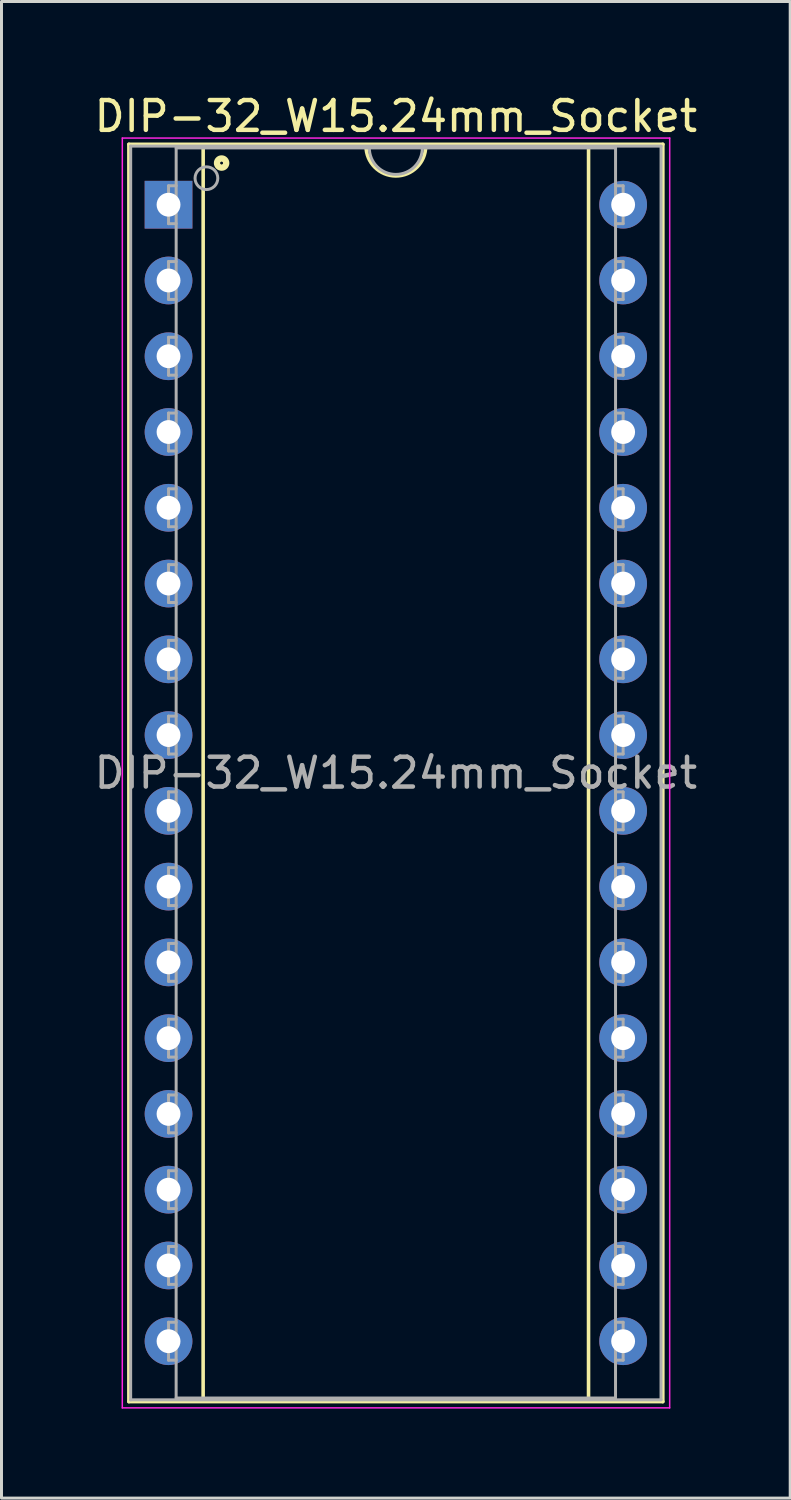
<source format=kicad_pcb>
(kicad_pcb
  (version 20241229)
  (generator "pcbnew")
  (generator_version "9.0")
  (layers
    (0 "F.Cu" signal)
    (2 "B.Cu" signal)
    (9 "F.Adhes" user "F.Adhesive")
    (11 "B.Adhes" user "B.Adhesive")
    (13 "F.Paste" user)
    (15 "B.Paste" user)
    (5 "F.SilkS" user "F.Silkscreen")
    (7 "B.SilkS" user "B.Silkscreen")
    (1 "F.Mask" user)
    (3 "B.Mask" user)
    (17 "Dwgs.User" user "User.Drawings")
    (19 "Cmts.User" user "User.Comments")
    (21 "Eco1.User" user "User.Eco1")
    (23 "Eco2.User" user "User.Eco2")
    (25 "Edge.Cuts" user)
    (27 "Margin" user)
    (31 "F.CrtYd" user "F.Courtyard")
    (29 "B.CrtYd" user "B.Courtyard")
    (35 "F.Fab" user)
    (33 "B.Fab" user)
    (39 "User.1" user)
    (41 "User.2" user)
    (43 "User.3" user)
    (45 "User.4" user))
  (footprint "DIP-32_W15.24mm_Socket"
    (layer "F.Cu")
    (at 2.6 3.813)
    (property "Reference" "DIP-32_W15.24mm_Socket" (at 7.621 -2.965 0) (layer "F.SilkS") (effects (font (size 1 1) (thickness 0.15))))
    (attr through_hole)
    (fp_line (start -1.33 40.125) (end 16.57 40.125) (stroke (width 0.12) (type solid)) (layer "F.SilkS"))
    (fp_line (start -1.329 -2.025) (end -1.33 40.125) (stroke (width 0.12) (type solid)) (layer "F.SilkS"))
    (fp_line (start 1.16 40.065) (end 14.08 40.065) (stroke (width 0.12) (type solid)) (layer "F.SilkS"))
    (fp_line (start 1.161 -1.965) (end 1.16 40.065) (stroke (width 0.12) (type solid)) (layer "F.SilkS"))
    (fp_line (start 6.621 -1.965) (end 1.161 -1.965) (stroke (width 0.12) (type solid)) (layer "F.SilkS"))
    (fp_line (start 14.08 40.065) (end 14.081 -1.965) (stroke (width 0.12) (type solid)) (layer "F.SilkS"))
    (fp_line (start 14.081 -1.965) (end 8.621 -1.965) (stroke (width 0.12) (type solid)) (layer "F.SilkS"))
    (fp_line (start 16.57 40.125) (end 16.571 -2.025) (stroke (width 0.12) (type solid)) (layer "F.SilkS"))
    (fp_line (start 16.571 -2.025) (end -1.329 -2.025) (stroke (width 0.12) (type solid)) (layer "F.SilkS"))
    (fp_arc (start 8.621 -1.965) (mid 7.621 -0.965) (end 6.621 -1.965) (stroke (width 0.12) (type solid)) (layer "F.SilkS"))
    (fp_circle (center 1.779 -1.397) (end 1.829 -1.397) (stroke (width 0.12) (type solid)) (fill no) (layer "F.SilkS"))
    (fp_circle (center 1.779 -1.397) (end 1.904 -1.397) (stroke (width 0.12) (type solid)) (fill no) (layer "F.SilkS"))
    (fp_circle (center 1.779 -1.397) (end 1.979 -1.397) (stroke (width 0.12) (type solid)) (fill no) (layer "F.SilkS"))
    (fp_line (start -1.55 40.335) (end 16.8 40.335) (stroke (width 0.05) (type solid)) (layer "F.CrtYd"))
    (fp_line (start -1.549 -2.235) (end -1.55 40.335) (stroke (width 0.05) (type solid)) (layer "F.CrtYd"))
    (fp_line (start 16.8 40.335) (end 16.801 -2.235) (stroke (width 0.05) (type solid)) (layer "F.CrtYd"))
    (fp_line (start 16.801 -2.235) (end -1.549 -2.235) (stroke (width 0.05) (type solid)) (layer "F.CrtYd"))
    (fp_line (start -1.27 40.065) (end 16.51 40.065) (stroke (width 0.1) (type solid)) (layer "F.Fab"))
    (fp_line (start -1.269 -1.965) (end -1.27 40.065) (stroke (width 0.1) (type solid)) (layer "F.Fab"))
    (fp_line (start 0 -0.635) (end 0 0.635) (stroke (width 0.1) (type solid)) (layer "F.Fab"))
    (fp_line (start 0 -0.635) (end 0.254 -0.635) (stroke (width 0.1) (type solid)) (layer "F.Fab"))
    (fp_line (start 0 0.635) (end 0.254 0.635) (stroke (width 0.1) (type solid)) (layer "F.Fab"))
    (fp_line (start 0 1.905) (end 0 3.175) (stroke (width 0.1) (type solid)) (layer "F.Fab"))
    (fp_line (start 0 1.905) (end 0.254 1.905) (stroke (width 0.1) (type solid)) (layer "F.Fab"))
    (fp_line (start 0 3.175) (end 0.254 3.175) (stroke (width 0.1) (type solid)) (layer "F.Fab"))
    (fp_line (start 0 4.445) (end 0 5.715) (stroke (width 0.1) (type solid)) (layer "F.Fab"))
    (fp_line (start 0 4.445) (end 0.254 4.445) (stroke (width 0.1) (type solid)) (layer "F.Fab"))
    (fp_line (start 0 5.715) (end 0.254 5.715) (stroke (width 0.1) (type solid)) (layer "F.Fab"))
    (fp_line (start 0 6.985) (end 0 8.255) (stroke (width 0.1) (type solid)) (layer "F.Fab"))
    (fp_line (start 0 6.985) (end 0.254 6.985) (stroke (width 0.1) (type solid)) (layer "F.Fab"))
    (fp_line (start 0 8.255) (end 0.254 8.255) (stroke (width 0.1) (type solid)) (layer "F.Fab"))
    (fp_line (start 0 9.525) (end 0 10.795) (stroke (width 0.1) (type solid)) (layer "F.Fab"))
    (fp_line (start 0 9.525) (end 0.254 9.525) (stroke (width 0.1) (type solid)) (layer "F.Fab"))
    (fp_line (start 0 10.795) (end 0.254 10.795) (stroke (width 0.1) (type solid)) (layer "F.Fab"))
    (fp_line (start 0 12.065) (end 0 13.335) (stroke (width 0.1) (type solid)) (layer "F.Fab"))
    (fp_line (start 0 12.065) (end 0.254 12.065) (stroke (width 0.1) (type solid)) (layer "F.Fab"))
    (fp_line (start 0 13.335) (end 0.254 13.335) (stroke (width 0.1) (type solid)) (layer "F.Fab"))
    (fp_line (start 0 14.605) (end 0 15.875) (stroke (width 0.1) (type solid)) (layer "F.Fab"))
    (fp_line (start 0 14.605) (end 0.254 14.605) (stroke (width 0.1) (type solid)) (layer "F.Fab"))
    (fp_line (start 0 15.875) (end 0.254 15.875) (stroke (width 0.1) (type solid)) (layer "F.Fab"))
    (fp_line (start 0 17.145) (end 0 18.415) (stroke (width 0.1) (type solid)) (layer "F.Fab"))
    (fp_line (start 0 17.145) (end 0.254 17.145) (stroke (width 0.1) (type solid)) (layer "F.Fab"))
    (fp_line (start 0 18.415) (end 0.254 18.415) (stroke (width 0.1) (type solid)) (layer "F.Fab"))
    (fp_line (start 0 19.685) (end 0 20.955) (stroke (width 0.1) (type solid)) (layer "F.Fab"))
    (fp_line (start 0 19.685) (end 0.254 19.685) (stroke (width 0.1) (type solid)) (layer "F.Fab"))
    (fp_line (start 0 20.955) (end 0.254 20.955) (stroke (width 0.1) (type solid)) (layer "F.Fab"))
    (fp_line (start 0 22.225) (end 0 23.495) (stroke (width 0.1) (type solid)) (layer "F.Fab"))
    (fp_line (start 0 22.225) (end 0.254 22.225) (stroke (width 0.1) (type solid)) (layer "F.Fab"))
    (fp_line (start 0 23.495) (end 0.254 23.495) (stroke (width 0.1) (type solid)) (layer "F.Fab"))
    (fp_line (start 0 24.765) (end 0 26.035) (stroke (width 0.1) (type solid)) (layer "F.Fab"))
    (fp_line (start 0 24.765) (end 0.254 24.765) (stroke (width 0.1) (type solid)) (layer "F.Fab"))
    (fp_line (start 0 26.035) (end 0.254 26.035) (stroke (width 0.1) (type solid)) (layer "F.Fab"))
    (fp_line (start 0 27.305) (end 0 28.575) (stroke (width 0.1) (type solid)) (layer "F.Fab"))
    (fp_line (start 0 27.305) (end 0.254 27.305) (stroke (width 0.1) (type solid)) (layer "F.Fab"))
    (fp_line (start 0 28.575) (end 0.254 28.575) (stroke (width 0.1) (type solid)) (layer "F.Fab"))
    (fp_line (start 0 29.845) (end 0 31.115) (stroke (width 0.1) (type solid)) (layer "F.Fab"))
    (fp_line (start 0 29.845) (end 0.254 29.845) (stroke (width 0.1) (type solid)) (layer "F.Fab"))
    (fp_line (start 0 31.115) (end 0.254 31.115) (stroke (width 0.1) (type solid)) (layer "F.Fab"))
    (fp_line (start 0 32.385) (end 0 33.655) (stroke (width 0.1) (type solid)) (layer "F.Fab"))
    (fp_line (start 0 32.385) (end 0.254 32.385) (stroke (width 0.1) (type solid)) (layer "F.Fab"))
    (fp_line (start 0 33.655) (end 0.254 33.655) (stroke (width 0.1) (type solid)) (layer "F.Fab"))
    (fp_line (start 0 34.925) (end 0 36.195) (stroke (width 0.1) (type solid)) (layer "F.Fab"))
    (fp_line (start 0 34.925) (end 0.254 34.925) (stroke (width 0.1) (type solid)) (layer "F.Fab"))
    (fp_line (start 0 36.195) (end 0.254 36.195) (stroke (width 0.1) (type solid)) (layer "F.Fab"))
    (fp_line (start 0 37.465) (end 0 38.735) (stroke (width 0.1) (type solid)) (layer "F.Fab"))
    (fp_line (start 0 37.465) (end 0.254 37.465) (stroke (width 0.1) (type solid)) (layer "F.Fab"))
    (fp_line (start 0 38.735) (end 0.254 38.735) (stroke (width 0.1) (type solid)) (layer "F.Fab"))
    (fp_line (start 0.255 40.005) (end 0.256 -1.905) (stroke (width 0.1) (type solid)) (layer "F.Fab"))
    (fp_line (start 0.256 -1.905) (end 14.986 -1.905) (stroke (width 0.1) (type solid)) (layer "F.Fab"))
    (fp_line (start 14.985 40.005) (end 0.255 40.005) (stroke (width 0.1) (type solid)) (layer "F.Fab"))
    (fp_line (start 14.986 -1.905) (end 14.985 40.005) (stroke (width 0.1) (type solid)) (layer "F.Fab"))
    (fp_line (start 15.24 -0.635) (end 14.986 -0.635) (stroke (width 0.1) (type solid)) (layer "F.Fab"))
    (fp_line (start 15.24 0.635) (end 14.986 0.635) (stroke (width 0.1) (type solid)) (layer "F.Fab"))
    (fp_line (start 15.24 0.635) (end 15.24 -0.635) (stroke (width 0.1) (type solid)) (layer "F.Fab"))
    (fp_line (start 15.24 1.905) (end 14.986 1.905) (stroke (width 0.1) (type solid)) (layer "F.Fab"))
    (fp_line (start 15.24 3.175) (end 14.986 3.175) (stroke (width 0.1) (type solid)) (layer "F.Fab"))
    (fp_line (start 15.24 3.175) (end 15.24 1.905) (stroke (width 0.1) (type solid)) (layer "F.Fab"))
    (fp_line (start 15.24 4.445) (end 14.986 4.445) (stroke (width 0.1) (type solid)) (layer "F.Fab"))
    (fp_line (start 15.24 5.715) (end 14.986 5.715) (stroke (width 0.1) (type solid)) (layer "F.Fab"))
    (fp_line (start 15.24 5.715) (end 15.24 4.445) (stroke (width 0.1) (type solid)) (layer "F.Fab"))
    (fp_line (start 15.24 6.985) (end 14.986 6.985) (stroke (width 0.1) (type solid)) (layer "F.Fab"))
    (fp_line (start 15.24 8.255) (end 14.986 8.255) (stroke (width 0.1) (type solid)) (layer "F.Fab"))
    (fp_line (start 15.24 8.255) (end 15.24 6.985) (stroke (width 0.1) (type solid)) (layer "F.Fab"))
    (fp_line (start 15.24 9.525) (end 14.986 9.525) (stroke (width 0.1) (type solid)) (layer "F.Fab"))
    (fp_line (start 15.24 10.795) (end 14.986 10.795) (stroke (width 0.1) (type solid)) (layer "F.Fab"))
    (fp_line (start 15.24 10.795) (end 15.24 9.525) (stroke (width 0.1) (type solid)) (layer "F.Fab"))
    (fp_line (start 15.24 12.065) (end 14.986 12.065) (stroke (width 0.1) (type solid)) (layer "F.Fab"))
    (fp_line (start 15.24 13.335) (end 14.986 13.335) (stroke (width 0.1) (type solid)) (layer "F.Fab"))
    (fp_line (start 15.24 13.335) (end 15.24 12.065) (stroke (width 0.1) (type solid)) (layer "F.Fab"))
    (fp_line (start 15.24 14.605) (end 14.986 14.605) (stroke (width 0.1) (type solid)) (layer "F.Fab"))
    (fp_line (start 15.24 15.875) (end 14.986 15.875) (stroke (width 0.1) (type solid)) (layer "F.Fab"))
    (fp_line (start 15.24 15.875) (end 15.24 14.605) (stroke (width 0.1) (type solid)) (layer "F.Fab"))
    (fp_line (start 15.24 17.145) (end 14.986 17.145) (stroke (width 0.1) (type solid)) (layer "F.Fab"))
    (fp_line (start 15.24 18.415) (end 14.986 18.415) (stroke (width 0.1) (type solid)) (layer "F.Fab"))
    (fp_line (start 15.24 18.415) (end 15.24 17.145) (stroke (width 0.1) (type solid)) (layer "F.Fab"))
    (fp_line (start 15.24 19.685) (end 14.986 19.685) (stroke (width 0.1) (type solid)) (layer "F.Fab"))
    (fp_line (start 15.24 20.955) (end 14.986 20.955) (stroke (width 0.1) (type solid)) (layer "F.Fab"))
    (fp_line (start 15.24 20.955) (end 15.24 19.685) (stroke (width 0.1) (type solid)) (layer "F.Fab"))
    (fp_line (start 15.24 22.225) (end 14.986 22.225) (stroke (width 0.1) (type solid)) (layer "F.Fab"))
    (fp_line (start 15.24 23.495) (end 14.986 23.495) (stroke (width 0.1) (type solid)) (layer "F.Fab"))
    (fp_line (start 15.24 23.495) (end 15.24 22.225) (stroke (width 0.1) (type solid)) (layer "F.Fab"))
    (fp_line (start 15.24 24.765) (end 14.986 24.765) (stroke (width 0.1) (type solid)) (layer "F.Fab"))
    (fp_line (start 15.24 26.035) (end 14.986 26.035) (stroke (width 0.1) (type solid)) (layer "F.Fab"))
    (fp_line (start 15.24 26.035) (end 15.24 24.765) (stroke (width 0.1) (type solid)) (layer "F.Fab"))
    (fp_line (start 15.24 27.305) (end 14.986 27.305) (stroke (width 0.1) (type solid)) (layer "F.Fab"))
    (fp_line (start 15.24 28.575) (end 14.986 28.575) (stroke (width 0.1) (type solid)) (layer "F.Fab"))
    (fp_line (start 15.24 28.575) (end 15.24 27.305) (stroke (width 0.1) (type solid)) (layer "F.Fab"))
    (fp_line (start 15.24 29.845) (end 14.986 29.845) (stroke (width 0.1) (type solid)) (layer "F.Fab"))
    (fp_line (start 15.24 31.115) (end 14.986 31.115) (stroke (width 0.1) (type solid)) (layer "F.Fab"))
    (fp_line (start 15.24 31.115) (end 15.24 29.845) (stroke (width 0.1) (type solid)) (layer "F.Fab"))
    (fp_line (start 15.24 32.385) (end 14.986 32.385) (stroke (width 0.1) (type solid)) (layer "F.Fab"))
    (fp_line (start 15.24 33.655) (end 14.986 33.655) (stroke (width 0.1) (type solid)) (layer "F.Fab"))
    (fp_line (start 15.24 33.655) (end 15.24 32.385) (stroke (width 0.1) (type solid)) (layer "F.Fab"))
    (fp_line (start 15.24 34.925) (end 14.986 34.925) (stroke (width 0.1) (type solid)) (layer "F.Fab"))
    (fp_line (start 15.24 36.195) (end 14.986 36.195) (stroke (width 0.1) (type solid)) (layer "F.Fab"))
    (fp_line (start 15.24 36.195) (end 15.24 34.925) (stroke (width 0.1) (type solid)) (layer "F.Fab"))
    (fp_line (start 15.24 37.465) (end 14.986 37.465) (stroke (width 0.1) (type solid)) (layer "F.Fab"))
    (fp_line (start 15.24 38.735) (end 14.986 38.735) (stroke (width 0.1) (type solid)) (layer "F.Fab"))
    (fp_line (start 15.24 38.735) (end 15.24 37.465) (stroke (width 0.1) (type solid)) (layer "F.Fab"))
    (fp_line (start 16.51 40.065) (end 16.511 -1.965) (stroke (width 0.1) (type solid)) (layer "F.Fab"))
    (fp_line (start 16.511 -1.965) (end -1.269 -1.965) (stroke (width 0.1) (type solid)) (layer "F.Fab"))
    (fp_arc (start 8.509 -1.905) (mid 7.62 -1.016) (end 6.731 -1.905) (stroke (width 0.1) (type solid)) (layer "F.Fab"))
    (fp_circle (center 1.27 -0.889) (end 1.651 -0.889) (stroke (width 0.1) (type solid)) (fill no) (layer "F.Fab"))
    (fp_text user "${REFERENCE}" (at 7.62 19.05 0) (layer "F.Fab") (effects (font (size 1 1) (thickness 0.15))))
    (pad "1" thru_hole rect (at 0 0) (size 1.6 1.6) (drill 0.8) (layers "*.Cu" "*.Mask"))
    (pad "2" thru_hole oval (at 0 2.54) (size 1.6 1.6) (drill 0.8) (layers "*.Cu" "*.Mask"))
    (pad "3" thru_hole oval (at 0 5.08) (size 1.6 1.6) (drill 0.8) (layers "*.Cu" "*.Mask"))
    (pad "4" thru_hole oval (at 0 7.62) (size 1.6 1.6) (drill 0.8) (layers "*.Cu" "*.Mask"))
    (pad "5" thru_hole oval (at 0 10.16) (size 1.6 1.6) (drill 0.8) (layers "*.Cu" "*.Mask"))
    (pad "6" thru_hole oval (at 0 12.7) (size 1.6 1.6) (drill 0.8) (layers "*.Cu" "*.Mask"))
    (pad "7" thru_hole oval (at 0 15.24) (size 1.6 1.6) (drill 0.8) (layers "*.Cu" "*.Mask"))
    (pad "8" thru_hole oval (at 0 17.78) (size 1.6 1.6) (drill 0.8) (layers "*.Cu" "*.Mask"))
    (pad "9" thru_hole oval (at 0 20.32) (size 1.6 1.6) (drill 0.8) (layers "*.Cu" "*.Mask"))
    (pad "10" thru_hole oval (at 0 22.86) (size 1.6 1.6) (drill 0.8) (layers "*.Cu" "*.Mask"))
    (pad "11" thru_hole oval (at 0 25.4) (size 1.6 1.6) (drill 0.8) (layers "*.Cu" "*.Mask"))
    (pad "12" thru_hole oval (at 0 27.94) (size 1.6 1.6) (drill 0.8) (layers "*.Cu" "*.Mask"))
    (pad "13" thru_hole oval (at 0 30.48) (size 1.6 1.6) (drill 0.8) (layers "*.Cu" "*.Mask"))
    (pad "14" thru_hole oval (at 0 33.02) (size 1.6 1.6) (drill 0.8) (layers "*.Cu" "*.Mask"))
    (pad "15" thru_hole oval (at 0 35.56) (size 1.6 1.6) (drill 0.8) (layers "*.Cu" "*.Mask"))
    (pad "16" thru_hole oval (at 0 38.1) (size 1.6 1.6) (drill 0.8) (layers "*.Cu" "*.Mask"))
    (pad "17" thru_hole oval (at 15.24 38.1) (size 1.6 1.6) (drill 0.8) (layers "*.Cu" "*.Mask"))
    (pad "18" thru_hole oval (at 15.24 35.56) (size 1.6 1.6) (drill 0.8) (layers "*.Cu" "*.Mask"))
    (pad "19" thru_hole oval (at 15.24 33.02) (size 1.6 1.6) (drill 0.8) (layers "*.Cu" "*.Mask"))
    (pad "20" thru_hole oval (at 15.24 30.48) (size 1.6 1.6) (drill 0.8) (layers "*.Cu" "*.Mask"))
    (pad "21" thru_hole oval (at 15.24 27.94) (size 1.6 1.6) (drill 0.8) (layers "*.Cu" "*.Mask"))
    (pad "22" thru_hole oval (at 15.24 25.4) (size 1.6 1.6) (drill 0.8) (layers "*.Cu" "*.Mask"))
    (pad "23" thru_hole oval (at 15.24 22.86) (size 1.6 1.6) (drill 0.8) (layers "*.Cu" "*.Mask"))
    (pad "24" thru_hole oval (at 15.24 20.32) (size 1.6 1.6) (drill 0.8) (layers "*.Cu" "*.Mask"))
    (pad "25" thru_hole oval (at 15.24 17.78) (size 1.6 1.6) (drill 0.8) (layers "*.Cu" "*.Mask"))
    (pad "26" thru_hole oval (at 15.24 15.24) (size 1.6 1.6) (drill 0.8) (layers "*.Cu" "*.Mask"))
    (pad "27" thru_hole oval (at 15.24 12.7) (size 1.6 1.6) (drill 0.8) (layers "*.Cu" "*.Mask"))
    (pad "28" thru_hole oval (at 15.24 10.16) (size 1.6 1.6) (drill 0.8) (layers "*.Cu" "*.Mask"))
    (pad "29" thru_hole oval (at 15.24 7.62) (size 1.6 1.6) (drill 0.8) (layers "*.Cu" "*.Mask"))
    (pad "30" thru_hole oval (at 15.24 5.08) (size 1.6 1.6) (drill 0.8) (layers "*.Cu" "*.Mask"))
    (pad "31" thru_hole oval (at 15.24 2.54) (size 1.6 1.6) (drill 0.8) (layers "*.Cu" "*.Mask"))
    (pad "32" thru_hole oval (at 15.24 0) (size 1.6 1.6) (drill 0.8) (layers "*.Cu" "*.Mask")))
  (gr_rect
    (start -3 -3)
    (end 23.441 47.173)
    (stroke (width 0.1) (type default))
    (fill no)
    (layer "Edge.Cuts")))
</source>
